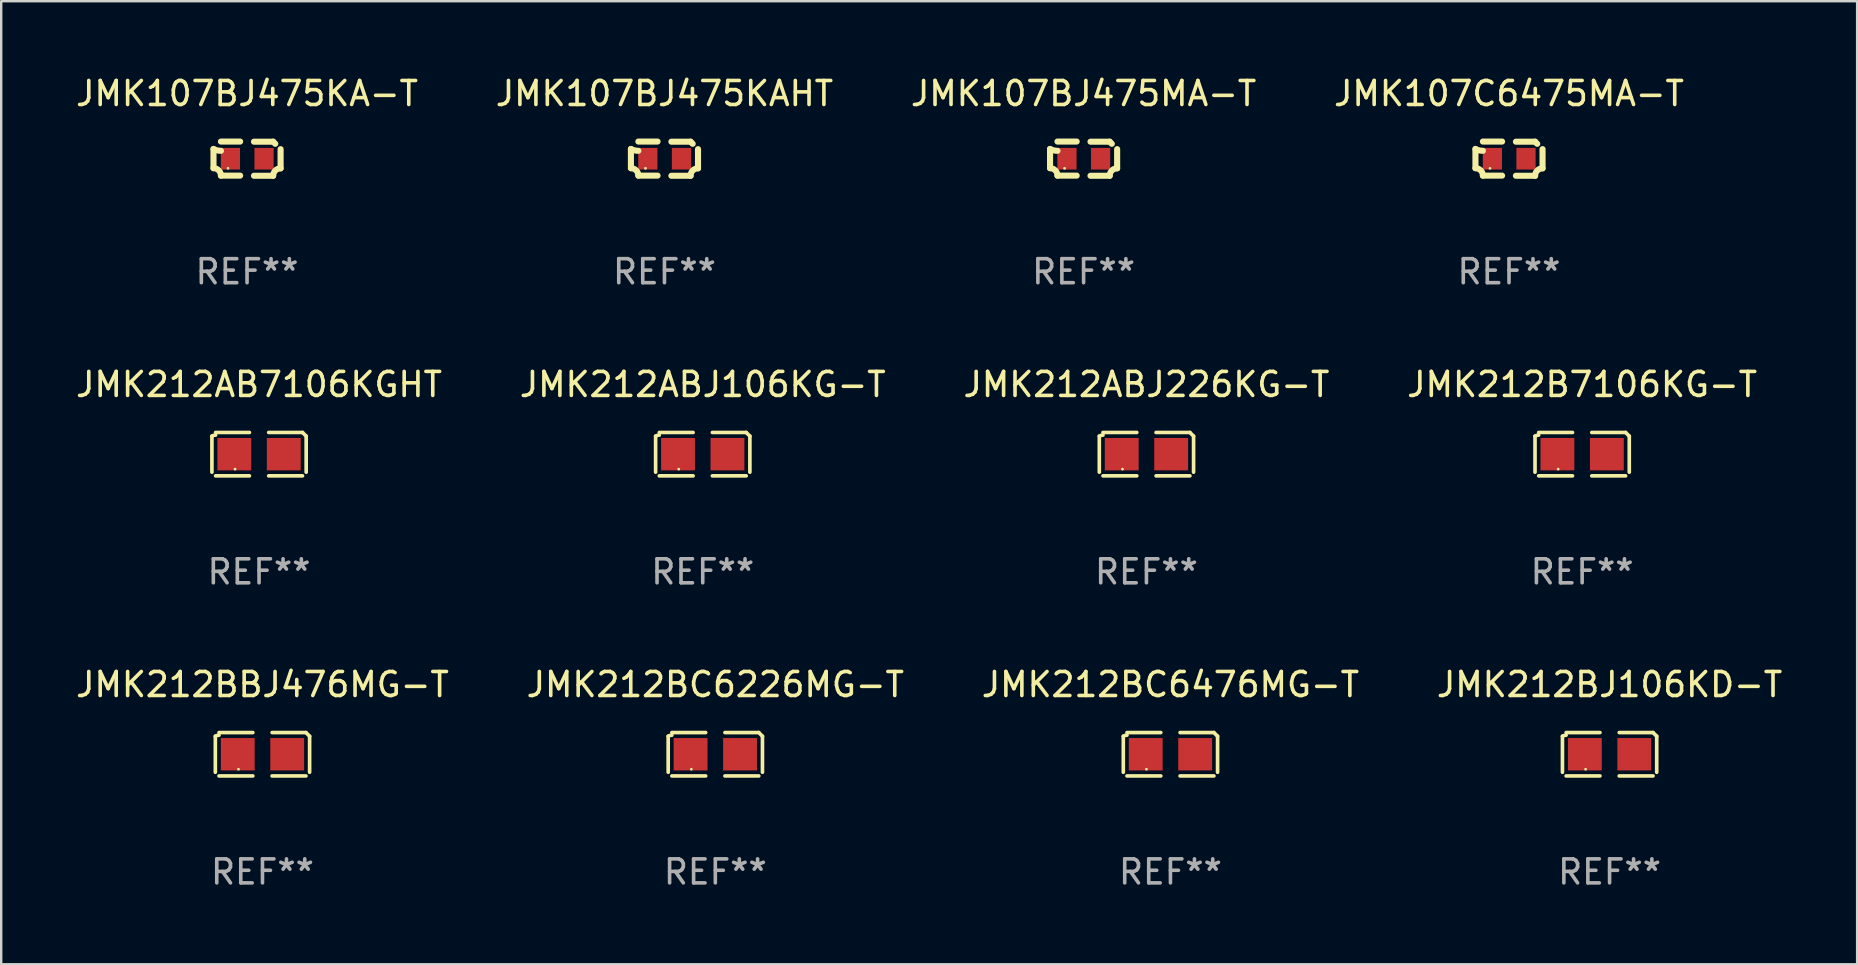
<source format=kicad_pcb>
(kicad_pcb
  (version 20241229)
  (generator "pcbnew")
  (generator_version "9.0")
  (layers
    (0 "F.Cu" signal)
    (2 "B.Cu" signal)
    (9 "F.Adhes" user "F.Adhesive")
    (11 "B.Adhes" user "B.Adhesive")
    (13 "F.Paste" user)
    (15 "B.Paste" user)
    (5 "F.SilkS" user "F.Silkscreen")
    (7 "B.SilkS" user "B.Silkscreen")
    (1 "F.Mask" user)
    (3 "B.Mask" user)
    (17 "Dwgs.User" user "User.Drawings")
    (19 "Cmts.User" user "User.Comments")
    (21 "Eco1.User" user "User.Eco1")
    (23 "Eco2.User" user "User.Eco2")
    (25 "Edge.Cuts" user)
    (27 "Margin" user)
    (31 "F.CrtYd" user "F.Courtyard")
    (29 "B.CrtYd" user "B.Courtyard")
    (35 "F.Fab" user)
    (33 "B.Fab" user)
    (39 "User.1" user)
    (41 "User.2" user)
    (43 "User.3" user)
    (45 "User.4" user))
  (footprint "JMK107C6475MA-T"
    (layer "F.Cu")
    (at 59.827 3.561)
    (property "Reference" "JMK107C6475MA-T" (at 0 -2.713 0) (layer "F.SilkS") (effects (font (size 1 1) (thickness 0.15))))
    (attr through_hole)
    (fp_line (start -1.398 -0.403) (end -1.398 0.397) (stroke (width 0.254) (type solid)) (layer "F.SilkS"))
    (fp_line (start -0.288 -0.713) (end -1.088 -0.713) (stroke (width 0.254) (type solid)) (layer "F.SilkS"))
    (fp_line (start -0.288 0.707) (end -1.088 0.707) (stroke (width 0.254) (type solid)) (layer "F.SilkS"))
    (fp_line (start 0.288 -0.707) (end 1.088 -0.707) (stroke (width 0.254) (type solid)) (layer "F.SilkS"))
    (fp_line (start 0.288 0.713) (end 1.088 0.713) (stroke (width 0.254) (type solid)) (layer "F.SilkS"))
    (fp_line (start 1.398 -0.397) (end 1.398 0.403) (stroke (width 0.254) (type solid)) (layer "F.SilkS"))
    (fp_arc (start -1.397789 0.397066) (mid -1.178701 0.487826) (end -1.08796 0.706922) (stroke (width 0.254001) (type solid)) (layer "F.SilkS"))
    (fp_arc (start -1.08796 -0.327176) (mid -1.247436 -0.346384) (end -1.39779 -0.402908) (stroke (width 0.254001) (type solid)) (layer "F.SilkS"))
    (fp_arc (start 1.087909 0.712738) (mid 1.178656 0.493655) (end 1.397739 0.402908) (stroke (width 0.254001) (type solid)) (layer "F.SilkS"))
    (fp_arc (start 1.175925 -0.618926) (mid 1.131917 -0.662923) (end 1.08791 -0.706922) (stroke (width 0.254001) (type solid)) (layer "F.SilkS"))
    (fp_circle (center -0.792 0.403) (end -0.762 0.403) (stroke (width 0.06) (type solid)) (fill no) (layer "F.SilkS"))
    (fp_text user "REF**" (at 0 4.713 0) (layer "F.Fab") (effects (font (size 1 1) (thickness 0.15))))
    (pad "1" smd rect (at -0.692 0.003) (size 0.8 0.9) (layers "F.Cu" "F.Mask" "F.Paste"))
    (pad "2" smd rect (at 0.708 0.003) (size 0.8 0.9) (layers "F.Cu" "F.Mask" "F.Paste")))
  (footprint "JMK212AB7106KGHT"
    (layer "F.Cu")
    (at 7.744 15.874)
    (property "Reference" "JMK212AB7106KGHT" (at 0 -2.904 0) (layer "F.SilkS") (effects (font (size 1 1) (thickness 0.15))))
    (attr through_hole)
    (fp_line (start -1.964 0.751) (end -1.964 -0.751) (stroke (width 0.152) (type solid)) (layer "F.SilkS"))
    (fp_line (start -1.811 -0.904) (end -0.401 -0.904) (stroke (width 0.152) (type solid)) (layer "F.SilkS"))
    (fp_line (start -0.401 0.904) (end -1.811 0.904) (stroke (width 0.152) (type solid)) (layer "F.SilkS"))
    (fp_line (start 0.401 0.904) (end 1.811 0.904) (stroke (width 0.152) (type solid)) (layer "F.SilkS"))
    (fp_line (start 1.811 -0.904) (end 0.401 -0.904) (stroke (width 0.152) (type solid)) (layer "F.SilkS"))
    (fp_line (start 1.964 0.751) (end 1.964 -0.751) (stroke (width 0.152) (type solid)) (layer "F.SilkS"))
    (fp_arc (start -1.963602 -0.751207) (mid -1.890354 -0.783131) (end -1.811201 -0.794044) (stroke (width 0.1524) (type solid)) (layer "F.SilkS"))
    (fp_arc (start 1.811202 -0.903607) (mid 1.887413 -0.827418) (end 1.963602 -0.751207) (stroke (width 0.1524) (type solid)) (layer "F.SilkS"))
    (fp_circle (center -1 0.625) (end -0.97 0.625) (stroke (width 0.06) (type solid)) (fill no) (layer "F.SilkS"))
    (fp_text user "REF**" (at 0 4.904 0) (layer "F.Fab") (effects (font (size 1 1) (thickness 0.15))))
    (pad "1" smd rect (at -1.03 0) (size 1.41 1.35) (layers "F.Cu" "F.Mask" "F.Paste"))
    (pad "2" smd rect (at 1.03 0) (size 1.41 1.35) (layers "F.Cu" "F.Mask" "F.Paste")))
  (footprint "JMK212BJ106KD-T"
    (layer "F.Cu")
    (at 64.018 28.378)
    (property "Reference" "JMK212BJ106KD-T" (at 0 -2.904 0) (layer "F.SilkS") (effects (font (size 1 1) (thickness 0.15))))
    (attr through_hole)
    (fp_line (start -1.964 0.751) (end -1.964 -0.751) (stroke (width 0.152) (type solid)) (layer "F.SilkS"))
    (fp_line (start -1.811 -0.904) (end -0.401 -0.904) (stroke (width 0.152) (type solid)) (layer "F.SilkS"))
    (fp_line (start -0.401 0.904) (end -1.811 0.904) (stroke (width 0.152) (type solid)) (layer "F.SilkS"))
    (fp_line (start 0.401 0.904) (end 1.811 0.904) (stroke (width 0.152) (type solid)) (layer "F.SilkS"))
    (fp_line (start 1.811 -0.904) (end 0.401 -0.904) (stroke (width 0.152) (type solid)) (layer "F.SilkS"))
    (fp_line (start 1.964 0.751) (end 1.964 -0.751) (stroke (width 0.152) (type solid)) (layer "F.SilkS"))
    (fp_arc (start -1.963602 -0.751207) (mid -1.890354 -0.783131) (end -1.811201 -0.794044) (stroke (width 0.1524) (type solid)) (layer "F.SilkS"))
    (fp_arc (start 1.811202 -0.903607) (mid 1.887413 -0.827418) (end 1.963602 -0.751207) (stroke (width 0.1524) (type solid)) (layer "F.SilkS"))
    (fp_circle (center -1 0.625) (end -0.97 0.625) (stroke (width 0.06) (type solid)) (fill no) (layer "F.SilkS"))
    (fp_text user "REF**" (at 0 4.904 0) (layer "F.Fab") (effects (font (size 1 1) (thickness 0.15))))
    (pad "1" smd rect (at -1.03 0) (size 1.41 1.35) (layers "F.Cu" "F.Mask" "F.Paste"))
    (pad "2" smd rect (at 1.03 0) (size 1.41 1.35) (layers "F.Cu" "F.Mask" "F.Paste")))
  (footprint "JMK107BJ475MA-T"
    (layer "F.Cu")
    (at 42.101 3.561)
    (property "Reference" "JMK107BJ475MA-T" (at 0 -2.713 0) (layer "F.SilkS") (effects (font (size 1 1) (thickness 0.15))))
    (attr through_hole)
    (fp_line (start -1.398 -0.403) (end -1.398 0.397) (stroke (width 0.254) (type solid)) (layer "F.SilkS"))
    (fp_line (start -0.288 -0.713) (end -1.088 -0.713) (stroke (width 0.254) (type solid)) (layer "F.SilkS"))
    (fp_line (start -0.288 0.707) (end -1.088 0.707) (stroke (width 0.254) (type solid)) (layer "F.SilkS"))
    (fp_line (start 0.288 -0.707) (end 1.088 -0.707) (stroke (width 0.254) (type solid)) (layer "F.SilkS"))
    (fp_line (start 0.288 0.713) (end 1.088 0.713) (stroke (width 0.254) (type solid)) (layer "F.SilkS"))
    (fp_line (start 1.398 -0.397) (end 1.398 0.403) (stroke (width 0.254) (type solid)) (layer "F.SilkS"))
    (fp_arc (start -1.397789 0.397066) (mid -1.178701 0.487826) (end -1.08796 0.706922) (stroke (width 0.254001) (type solid)) (layer "F.SilkS"))
    (fp_arc (start -1.08796 -0.327176) (mid -1.247436 -0.346384) (end -1.39779 -0.402908) (stroke (width 0.254001) (type solid)) (layer "F.SilkS"))
    (fp_arc (start 1.087909 0.712738) (mid 1.178656 0.493655) (end 1.397739 0.402908) (stroke (width 0.254001) (type solid)) (layer "F.SilkS"))
    (fp_arc (start 1.175925 -0.618926) (mid 1.131917 -0.662923) (end 1.08791 -0.706922) (stroke (width 0.254001) (type solid)) (layer "F.SilkS"))
    (fp_circle (center -0.792 0.403) (end -0.762 0.403) (stroke (width 0.06) (type solid)) (fill no) (layer "F.SilkS"))
    (fp_text user "REF**" (at 0 4.713 0) (layer "F.Fab") (effects (font (size 1 1) (thickness 0.15))))
    (pad "1" smd rect (at -0.692 0.003) (size 0.8 0.9) (layers "F.Cu" "F.Mask" "F.Paste"))
    (pad "2" smd rect (at 0.708 0.003) (size 0.8 0.9) (layers "F.Cu" "F.Mask" "F.Paste")))
  (footprint "JMK212B7106KG-T"
    (layer "F.Cu")
    (at 62.875 15.874)
    (property "Reference" "JMK212B7106KG-T" (at 0 -2.904 0) (layer "F.SilkS") (effects (font (size 1 1) (thickness 0.15))))
    (attr through_hole)
    (fp_line (start -1.964 0.751) (end -1.964 -0.751) (stroke (width 0.152) (type solid)) (layer "F.SilkS"))
    (fp_line (start -1.811 -0.904) (end -0.401 -0.904) (stroke (width 0.152) (type solid)) (layer "F.SilkS"))
    (fp_line (start -0.401 0.904) (end -1.811 0.904) (stroke (width 0.152) (type solid)) (layer "F.SilkS"))
    (fp_line (start 0.401 0.904) (end 1.811 0.904) (stroke (width 0.152) (type solid)) (layer "F.SilkS"))
    (fp_line (start 1.811 -0.904) (end 0.401 -0.904) (stroke (width 0.152) (type solid)) (layer "F.SilkS"))
    (fp_line (start 1.964 0.751) (end 1.964 -0.751) (stroke (width 0.152) (type solid)) (layer "F.SilkS"))
    (fp_arc (start -1.963602 -0.751207) (mid -1.890354 -0.783131) (end -1.811201 -0.794044) (stroke (width 0.1524) (type solid)) (layer "F.SilkS"))
    (fp_arc (start 1.811202 -0.903607) (mid 1.887413 -0.827418) (end 1.963602 -0.751207) (stroke (width 0.1524) (type solid)) (layer "F.SilkS"))
    (fp_circle (center -1 0.625) (end -0.97 0.625) (stroke (width 0.06) (type solid)) (fill no) (layer "F.SilkS"))
    (fp_text user "REF**" (at 0 4.904 0) (layer "F.Fab") (effects (font (size 1 1) (thickness 0.15))))
    (pad "1" smd rect (at -1.03 0) (size 1.41 1.35) (layers "F.Cu" "F.Mask" "F.Paste"))
    (pad "2" smd rect (at 1.03 0) (size 1.41 1.35) (layers "F.Cu" "F.Mask" "F.Paste")))
  (footprint "JMK212ABJ106KG-T"
    (layer "F.Cu")
    (at 26.232 15.874)
    (property "Reference" "JMK212ABJ106KG-T" (at 0 -2.904 0) (layer "F.SilkS") (effects (font (size 1 1) (thickness 0.15))))
    (attr through_hole)
    (fp_line (start -1.964 0.751) (end -1.964 -0.751) (stroke (width 0.152) (type solid)) (layer "F.SilkS"))
    (fp_line (start -1.811 -0.904) (end -0.401 -0.904) (stroke (width 0.152) (type solid)) (layer "F.SilkS"))
    (fp_line (start -0.401 0.904) (end -1.811 0.904) (stroke (width 0.152) (type solid)) (layer "F.SilkS"))
    (fp_line (start 0.401 0.904) (end 1.811 0.904) (stroke (width 0.152) (type solid)) (layer "F.SilkS"))
    (fp_line (start 1.811 -0.904) (end 0.401 -0.904) (stroke (width 0.152) (type solid)) (layer "F.SilkS"))
    (fp_line (start 1.964 0.751) (end 1.964 -0.751) (stroke (width 0.152) (type solid)) (layer "F.SilkS"))
    (fp_arc (start -1.963602 -0.751207) (mid -1.890354 -0.783131) (end -1.811201 -0.794044) (stroke (width 0.1524) (type solid)) (layer "F.SilkS"))
    (fp_arc (start 1.811202 -0.903607) (mid 1.887413 -0.827418) (end 1.963602 -0.751207) (stroke (width 0.1524) (type solid)) (layer "F.SilkS"))
    (fp_circle (center -1 0.625) (end -0.97 0.625) (stroke (width 0.06) (type solid)) (fill no) (layer "F.SilkS"))
    (fp_text user "REF**" (at 0 4.904 0) (layer "F.Fab") (effects (font (size 1 1) (thickness 0.15))))
    (pad "1" smd rect (at -1.03 0) (size 1.41 1.35) (layers "F.Cu" "F.Mask" "F.Paste"))
    (pad "2" smd rect (at 1.03 0) (size 1.41 1.35) (layers "F.Cu" "F.Mask" "F.Paste")))
  (footprint "JMK212BC6476MG-T"
    (layer "F.Cu")
    (at 45.72 28.378)
    (property "Reference" "JMK212BC6476MG-T" (at 0 -2.904 0) (layer "F.SilkS") (effects (font (size 1 1) (thickness 0.15))))
    (attr through_hole)
    (fp_line (start -1.964 0.751) (end -1.964 -0.751) (stroke (width 0.152) (type solid)) (layer "F.SilkS"))
    (fp_line (start -1.811 -0.904) (end -0.401 -0.904) (stroke (width 0.152) (type solid)) (layer "F.SilkS"))
    (fp_line (start -0.401 0.904) (end -1.811 0.904) (stroke (width 0.152) (type solid)) (layer "F.SilkS"))
    (fp_line (start 0.401 0.904) (end 1.811 0.904) (stroke (width 0.152) (type solid)) (layer "F.SilkS"))
    (fp_line (start 1.811 -0.904) (end 0.401 -0.904) (stroke (width 0.152) (type solid)) (layer "F.SilkS"))
    (fp_line (start 1.964 0.751) (end 1.964 -0.751) (stroke (width 0.152) (type solid)) (layer "F.SilkS"))
    (fp_arc (start -1.963602 -0.751207) (mid -1.890354 -0.783131) (end -1.811201 -0.794044) (stroke (width 0.1524) (type solid)) (layer "F.SilkS"))
    (fp_arc (start 1.811202 -0.903607) (mid 1.887413 -0.827418) (end 1.963602 -0.751207) (stroke (width 0.1524) (type solid)) (layer "F.SilkS"))
    (fp_circle (center -1 0.625) (end -0.97 0.625) (stroke (width 0.06) (type solid)) (fill no) (layer "F.SilkS"))
    (fp_text user "REF**" (at 0 4.904 0) (layer "F.Fab") (effects (font (size 1 1) (thickness 0.15))))
    (pad "1" smd rect (at -1.03 0) (size 1.41 1.35) (layers "F.Cu" "F.Mask" "F.Paste"))
    (pad "2" smd rect (at 1.03 0) (size 1.41 1.35) (layers "F.Cu" "F.Mask" "F.Paste")))
  (footprint "JMK212ABJ226KG-T"
    (layer "F.Cu")
    (at 44.72 15.874)
    (property "Reference" "JMK212ABJ226KG-T" (at 0 -2.904 0) (layer "F.SilkS") (effects (font (size 1 1) (thickness 0.15))))
    (attr through_hole)
    (fp_line (start -1.964 0.751) (end -1.964 -0.751) (stroke (width 0.152) (type solid)) (layer "F.SilkS"))
    (fp_line (start -1.811 -0.904) (end -0.401 -0.904) (stroke (width 0.152) (type solid)) (layer "F.SilkS"))
    (fp_line (start -0.401 0.904) (end -1.811 0.904) (stroke (width 0.152) (type solid)) (layer "F.SilkS"))
    (fp_line (start 0.401 0.904) (end 1.811 0.904) (stroke (width 0.152) (type solid)) (layer "F.SilkS"))
    (fp_line (start 1.811 -0.904) (end 0.401 -0.904) (stroke (width 0.152) (type solid)) (layer "F.SilkS"))
    (fp_line (start 1.964 0.751) (end 1.964 -0.751) (stroke (width 0.152) (type solid)) (layer "F.SilkS"))
    (fp_arc (start -1.963602 -0.751207) (mid -1.890354 -0.783131) (end -1.811201 -0.794044) (stroke (width 0.1524) (type solid)) (layer "F.SilkS"))
    (fp_arc (start 1.811202 -0.903607) (mid 1.887413 -0.827418) (end 1.963602 -0.751207) (stroke (width 0.1524) (type solid)) (layer "F.SilkS"))
    (fp_circle (center -1 0.625) (end -0.97 0.625) (stroke (width 0.06) (type solid)) (fill no) (layer "F.SilkS"))
    (fp_text user "REF**" (at 0 4.904 0) (layer "F.Fab") (effects (font (size 1 1) (thickness 0.15))))
    (pad "1" smd rect (at -1.03 0) (size 1.41 1.35) (layers "F.Cu" "F.Mask" "F.Paste"))
    (pad "2" smd rect (at 1.03 0) (size 1.41 1.35) (layers "F.Cu" "F.Mask" "F.Paste")))
  (footprint "JMK107BJ475KA-T"
    (layer "F.Cu")
    (at 7.244 3.561)
    (property "Reference" "JMK107BJ475KA-T" (at 0 -2.713 0) (layer "F.SilkS") (effects (font (size 1 1) (thickness 0.15))))
    (attr through_hole)
    (fp_line (start -1.398 -0.403) (end -1.398 0.397) (stroke (width 0.254) (type solid)) (layer "F.SilkS"))
    (fp_line (start -0.288 -0.713) (end -1.088 -0.713) (stroke (width 0.254) (type solid)) (layer "F.SilkS"))
    (fp_line (start -0.288 0.707) (end -1.088 0.707) (stroke (width 0.254) (type solid)) (layer "F.SilkS"))
    (fp_line (start 0.288 -0.707) (end 1.088 -0.707) (stroke (width 0.254) (type solid)) (layer "F.SilkS"))
    (fp_line (start 0.288 0.713) (end 1.088 0.713) (stroke (width 0.254) (type solid)) (layer "F.SilkS"))
    (fp_line (start 1.398 -0.397) (end 1.398 0.403) (stroke (width 0.254) (type solid)) (layer "F.SilkS"))
    (fp_arc (start -1.397789 0.397066) (mid -1.178701 0.487826) (end -1.08796 0.706922) (stroke (width 0.254001) (type solid)) (layer "F.SilkS"))
    (fp_arc (start -1.08796 -0.327176) (mid -1.247436 -0.346384) (end -1.39779 -0.402908) (stroke (width 0.254001) (type solid)) (layer "F.SilkS"))
    (fp_arc (start 1.087909 0.712738) (mid 1.178656 0.493655) (end 1.397739 0.402908) (stroke (width 0.254001) (type solid)) (layer "F.SilkS"))
    (fp_arc (start 1.175925 -0.618926) (mid 1.131917 -0.662923) (end 1.08791 -0.706922) (stroke (width 0.254001) (type solid)) (layer "F.SilkS"))
    (fp_circle (center -0.792 0.403) (end -0.762 0.403) (stroke (width 0.06) (type solid)) (fill no) (layer "F.SilkS"))
    (fp_text user "REF**" (at 0 4.713 0) (layer "F.Fab") (effects (font (size 1 1) (thickness 0.15))))
    (pad "1" smd rect (at -0.692 0.003) (size 0.8 0.9) (layers "F.Cu" "F.Mask" "F.Paste"))
    (pad "2" smd rect (at 0.708 0.003) (size 0.8 0.9) (layers "F.Cu" "F.Mask" "F.Paste")))
  (footprint "JMK212BC6226MG-T"
    (layer "F.Cu")
    (at 26.756 28.378)
    (property "Reference" "JMK212BC6226MG-T" (at 0 -2.904 0) (layer "F.SilkS") (effects (font (size 1 1) (thickness 0.15))))
    (attr through_hole)
    (fp_line (start -1.964 0.751) (end -1.964 -0.751) (stroke (width 0.152) (type solid)) (layer "F.SilkS"))
    (fp_line (start -1.811 -0.904) (end -0.401 -0.904) (stroke (width 0.152) (type solid)) (layer "F.SilkS"))
    (fp_line (start -0.401 0.904) (end -1.811 0.904) (stroke (width 0.152) (type solid)) (layer "F.SilkS"))
    (fp_line (start 0.401 0.904) (end 1.811 0.904) (stroke (width 0.152) (type solid)) (layer "F.SilkS"))
    (fp_line (start 1.811 -0.904) (end 0.401 -0.904) (stroke (width 0.152) (type solid)) (layer "F.SilkS"))
    (fp_line (start 1.964 0.751) (end 1.964 -0.751) (stroke (width 0.152) (type solid)) (layer "F.SilkS"))
    (fp_arc (start -1.963602 -0.751207) (mid -1.890354 -0.783131) (end -1.811201 -0.794044) (stroke (width 0.1524) (type solid)) (layer "F.SilkS"))
    (fp_arc (start 1.811202 -0.903607) (mid 1.887413 -0.827418) (end 1.963602 -0.751207) (stroke (width 0.1524) (type solid)) (layer "F.SilkS"))
    (fp_circle (center -1 0.625) (end -0.97 0.625) (stroke (width 0.06) (type solid)) (fill no) (layer "F.SilkS"))
    (fp_text user "REF**" (at 0 4.904 0) (layer "F.Fab") (effects (font (size 1 1) (thickness 0.15))))
    (pad "1" smd rect (at -1.03 0) (size 1.41 1.35) (layers "F.Cu" "F.Mask" "F.Paste"))
    (pad "2" smd rect (at 1.03 0) (size 1.41 1.35) (layers "F.Cu" "F.Mask" "F.Paste")))
  (footprint "JMK107BJ475KAHT"
    (layer "F.Cu")
    (at 24.637 3.561)
    (property "Reference" "JMK107BJ475KAHT" (at 0 -2.713 0) (layer "F.SilkS") (effects (font (size 1 1) (thickness 0.15))))
    (attr through_hole)
    (fp_line (start -1.398 -0.403) (end -1.398 0.397) (stroke (width 0.254) (type solid)) (layer "F.SilkS"))
    (fp_line (start -0.288 -0.713) (end -1.088 -0.713) (stroke (width 0.254) (type solid)) (layer "F.SilkS"))
    (fp_line (start -0.288 0.707) (end -1.088 0.707) (stroke (width 0.254) (type solid)) (layer "F.SilkS"))
    (fp_line (start 0.288 -0.707) (end 1.088 -0.707) (stroke (width 0.254) (type solid)) (layer "F.SilkS"))
    (fp_line (start 0.288 0.713) (end 1.088 0.713) (stroke (width 0.254) (type solid)) (layer "F.SilkS"))
    (fp_line (start 1.398 -0.397) (end 1.398 0.403) (stroke (width 0.254) (type solid)) (layer "F.SilkS"))
    (fp_arc (start -1.397789 0.397066) (mid -1.178701 0.487826) (end -1.08796 0.706922) (stroke (width 0.254001) (type solid)) (layer "F.SilkS"))
    (fp_arc (start -1.08796 -0.327176) (mid -1.247436 -0.346384) (end -1.39779 -0.402908) (stroke (width 0.254001) (type solid)) (layer "F.SilkS"))
    (fp_arc (start 1.087909 0.712738) (mid 1.178656 0.493655) (end 1.397739 0.402908) (stroke (width 0.254001) (type solid)) (layer "F.SilkS"))
    (fp_arc (start 1.175925 -0.618926) (mid 1.131917 -0.662923) (end 1.08791 -0.706922) (stroke (width 0.254001) (type solid)) (layer "F.SilkS"))
    (fp_circle (center -0.792 0.403) (end -0.762 0.403) (stroke (width 0.06) (type solid)) (fill no) (layer "F.SilkS"))
    (fp_text user "REF**" (at 0 4.713 0) (layer "F.Fab") (effects (font (size 1 1) (thickness 0.15))))
    (pad "1" smd rect (at -0.692 0.003) (size 0.8 0.9) (layers "F.Cu" "F.Mask" "F.Paste"))
    (pad "2" smd rect (at 0.708 0.003) (size 0.8 0.9) (layers "F.Cu" "F.Mask" "F.Paste")))
  (footprint "JMK212BBJ476MG-T"
    (layer "F.Cu")
    (at 7.887 28.378)
    (property "Reference" "JMK212BBJ476MG-T" (at 0 -2.904 0) (layer "F.SilkS") (effects (font (size 1 1) (thickness 0.15))))
    (attr through_hole)
    (fp_line (start -1.964 0.751) (end -1.964 -0.751) (stroke (width 0.152) (type solid)) (layer "F.SilkS"))
    (fp_line (start -1.811 -0.904) (end -0.401 -0.904) (stroke (width 0.152) (type solid)) (layer "F.SilkS"))
    (fp_line (start -0.401 0.904) (end -1.811 0.904) (stroke (width 0.152) (type solid)) (layer "F.SilkS"))
    (fp_line (start 0.401 0.904) (end 1.811 0.904) (stroke (width 0.152) (type solid)) (layer "F.SilkS"))
    (fp_line (start 1.811 -0.904) (end 0.401 -0.904) (stroke (width 0.152) (type solid)) (layer "F.SilkS"))
    (fp_line (start 1.964 0.751) (end 1.964 -0.751) (stroke (width 0.152) (type solid)) (layer "F.SilkS"))
    (fp_arc (start -1.963602 -0.751207) (mid -1.890354 -0.783131) (end -1.811201 -0.794044) (stroke (width 0.1524) (type solid)) (layer "F.SilkS"))
    (fp_arc (start 1.811202 -0.903607) (mid 1.887413 -0.827418) (end 1.963602 -0.751207) (stroke (width 0.1524) (type solid)) (layer "F.SilkS"))
    (fp_circle (center -1 0.625) (end -0.97 0.625) (stroke (width 0.06) (type solid)) (fill no) (layer "F.SilkS"))
    (fp_text user "REF**" (at 0 4.904 0) (layer "F.Fab") (effects (font (size 1 1) (thickness 0.15))))
    (pad "1" smd rect (at -1.03 0) (size 1.41 1.35) (layers "F.Cu" "F.Mask" "F.Paste"))
    (pad "2" smd rect (at 1.03 0) (size 1.41 1.35) (layers "F.Cu" "F.Mask" "F.Paste")))
  (gr_rect
    (start -3 -3)
    (end 74.333 37.129)
    (stroke (width 0.1) (type default))
    (fill no)
    (layer "Edge.Cuts")))
</source>
